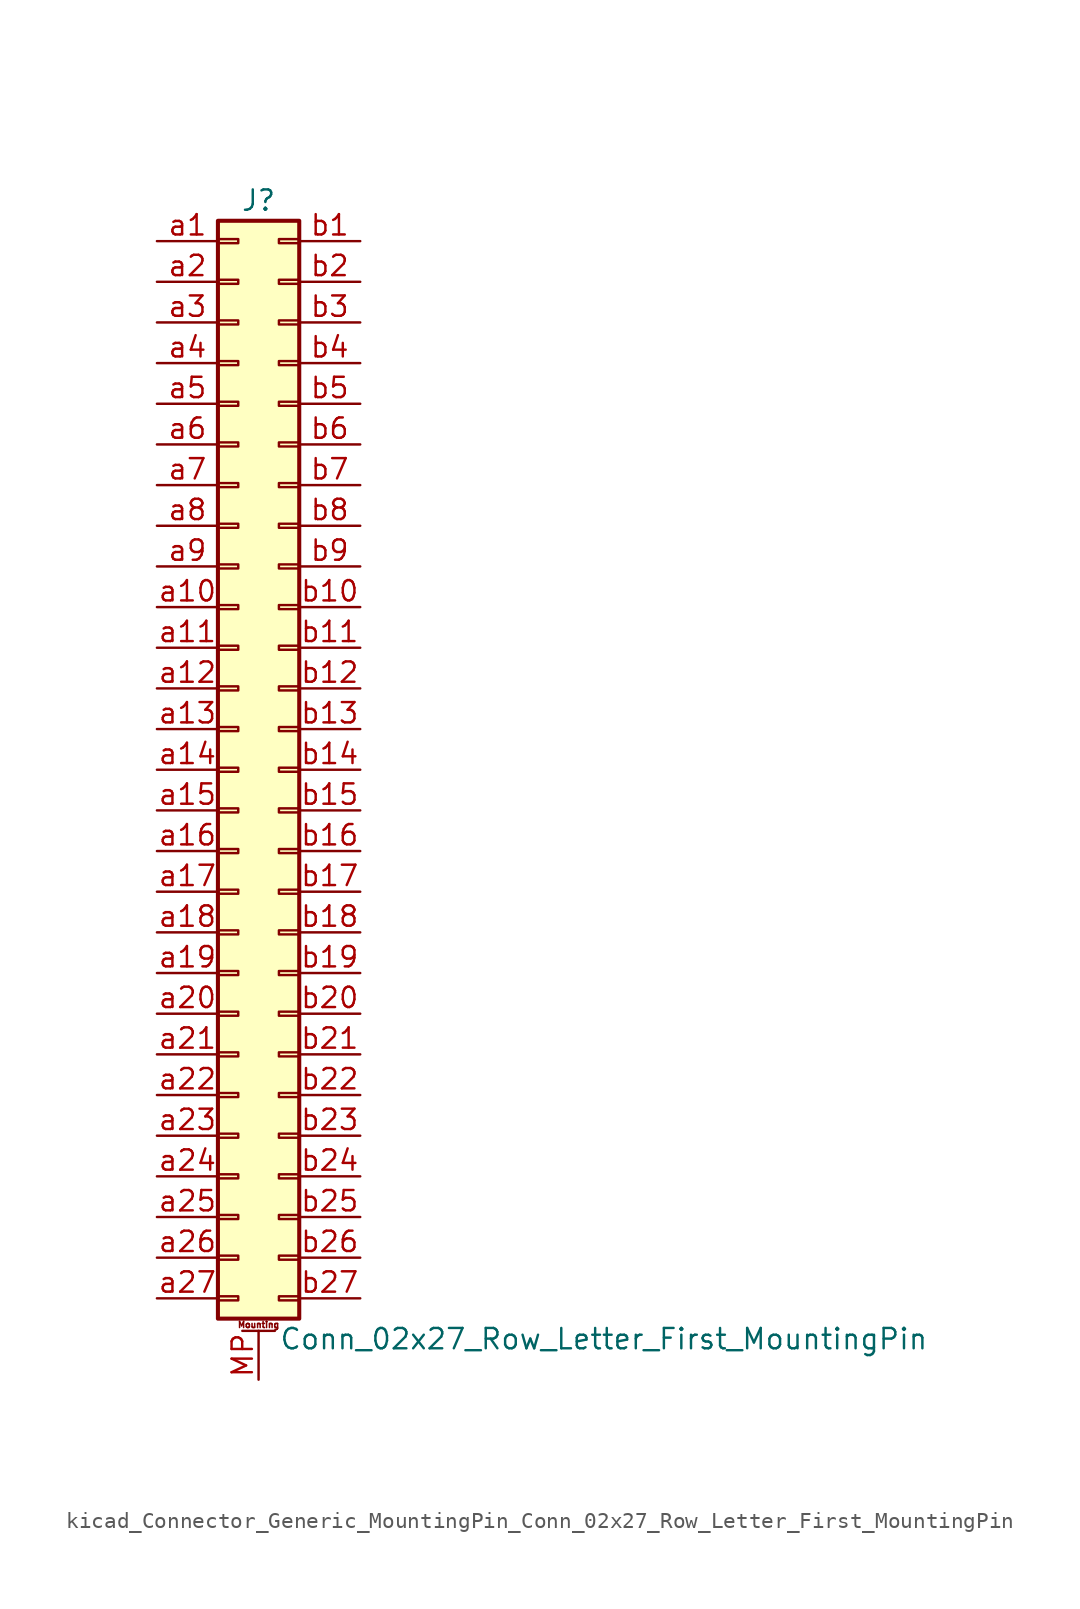
<source format=kicad_sym>
(kicad_symbol_lib
  (version 20220914)
  (generator kicad_symbol_editor)
  (symbol "kicad_Connector_Generic_MountingPin_Conn_02x27_Row_Letter_First_MountingPin"
    (pin_names
      (offset 1.016) hide)
    (property "Reference" "J"
      (at 1.27 35.56 0)
      (effects (font (size 1.27 1.27))))
    (property "Value" "Conn_02x27_Row_Letter_First_MountingPin"
      (at 2.54 -35.56 0)
      (effects (font (size 1.27 1.27)) (justify left)))
    (symbol "kicad_Connector_Generic_MountingPin_Conn_02x27_Row_Letter_First_MountingPin_1_1"
      (rectangle (start -1.27 -32.893) (end 0 -33.147) (stroke (width 0.152) (type default)) (fill (type none)))
      (rectangle (start -1.27 -30.353) (end 0 -30.607) (stroke (width 0.152) (type default)) (fill (type none)))
      (rectangle (start -1.27 -27.813) (end 0 -28.067) (stroke (width 0.152) (type default)) (fill (type none)))
      (rectangle (start -1.27 -25.273) (end 0 -25.527) (stroke (width 0.152) (type default)) (fill (type none)))
      (rectangle (start -1.27 -22.733) (end 0 -22.987) (stroke (width 0.152) (type default)) (fill (type none)))
      (rectangle (start -1.27 -20.193) (end 0 -20.447) (stroke (width 0.152) (type default)) (fill (type none)))
      (rectangle (start -1.27 -17.653) (end 0 -17.907) (stroke (width 0.152) (type default)) (fill (type none)))
      (rectangle (start -1.27 -15.113) (end 0 -15.367) (stroke (width 0.152) (type default)) (fill (type none)))
      (rectangle (start -1.27 -12.573) (end 0 -12.827) (stroke (width 0.152) (type default)) (fill (type none)))
      (rectangle (start -1.27 -10.033) (end 0 -10.287) (stroke (width 0.152) (type default)) (fill (type none)))
      (rectangle (start -1.27 -7.493) (end 0 -7.747) (stroke (width 0.152) (type default)) (fill (type none)))
      (rectangle (start -1.27 -4.953) (end 0 -5.207) (stroke (width 0.152) (type default)) (fill (type none)))
      (rectangle (start -1.27 -2.413) (end 0 -2.667) (stroke (width 0.152) (type default)) (fill (type none)))
      (rectangle (start -1.27 0.127) (end 0 -0.127) (stroke (width 0.152) (type default)) (fill (type none)))
      (rectangle (start -1.27 2.667) (end 0 2.413) (stroke (width 0.152) (type default)) (fill (type none)))
      (rectangle (start -1.27 5.207) (end 0 4.953) (stroke (width 0.152) (type default)) (fill (type none)))
      (rectangle (start -1.27 7.747) (end 0 7.493) (stroke (width 0.152) (type default)) (fill (type none)))
      (rectangle (start -1.27 10.287) (end 0 10.033) (stroke (width 0.152) (type default)) (fill (type none)))
      (rectangle (start -1.27 12.827) (end 0 12.573) (stroke (width 0.152) (type default)) (fill (type none)))
      (rectangle (start -1.27 15.367) (end 0 15.113) (stroke (width 0.152) (type default)) (fill (type none)))
      (rectangle (start -1.27 17.907) (end 0 17.653) (stroke (width 0.152) (type default)) (fill (type none)))
      (rectangle (start -1.27 20.447) (end 0 20.193) (stroke (width 0.152) (type default)) (fill (type none)))
      (rectangle (start -1.27 22.987) (end 0 22.733) (stroke (width 0.152) (type default)) (fill (type none)))
      (rectangle (start -1.27 25.527) (end 0 25.273) (stroke (width 0.152) (type default)) (fill (type none)))
      (rectangle (start -1.27 28.067) (end 0 27.813) (stroke (width 0.152) (type default)) (fill (type none)))
      (rectangle (start -1.27 30.607) (end 0 30.353) (stroke (width 0.152) (type default)) (fill (type none)))
      (rectangle (start -1.27 33.147) (end 0 32.893) (stroke (width 0.152) (type default)) (fill (type none)))
      (rectangle (start -1.27 34.29) (end 3.81 -34.29) (stroke (width 0.254) (type default)) (fill (type background)))
      (polyline (pts (xy 0.254 -35.052) (xy 2.286 -35.052)) (stroke (width 0.152) (type default)) (fill (type none)))
      (rectangle (start 3.81 -32.893) (end 2.54 -33.147) (stroke (width 0.152) (type default)) (fill (type none)))
      (rectangle (start 3.81 -30.353) (end 2.54 -30.607) (stroke (width 0.152) (type default)) (fill (type none)))
      (rectangle (start 3.81 -27.813) (end 2.54 -28.067) (stroke (width 0.152) (type default)) (fill (type none)))
      (rectangle (start 3.81 -25.273) (end 2.54 -25.527) (stroke (width 0.152) (type default)) (fill (type none)))
      (rectangle (start 3.81 -22.733) (end 2.54 -22.987) (stroke (width 0.152) (type default)) (fill (type none)))
      (rectangle (start 3.81 -20.193) (end 2.54 -20.447) (stroke (width 0.152) (type default)) (fill (type none)))
      (rectangle (start 3.81 -17.653) (end 2.54 -17.907) (stroke (width 0.152) (type default)) (fill (type none)))
      (rectangle (start 3.81 -15.113) (end 2.54 -15.367) (stroke (width 0.152) (type default)) (fill (type none)))
      (rectangle (start 3.81 -12.573) (end 2.54 -12.827) (stroke (width 0.152) (type default)) (fill (type none)))
      (rectangle (start 3.81 -10.033) (end 2.54 -10.287) (stroke (width 0.152) (type default)) (fill (type none)))
      (rectangle (start 3.81 -7.493) (end 2.54 -7.747) (stroke (width 0.152) (type default)) (fill (type none)))
      (rectangle (start 3.81 -4.953) (end 2.54 -5.207) (stroke (width 0.152) (type default)) (fill (type none)))
      (rectangle (start 3.81 -2.413) (end 2.54 -2.667) (stroke (width 0.152) (type default)) (fill (type none)))
      (rectangle (start 3.81 0.127) (end 2.54 -0.127) (stroke (width 0.152) (type default)) (fill (type none)))
      (rectangle (start 3.81 2.667) (end 2.54 2.413) (stroke (width 0.152) (type default)) (fill (type none)))
      (rectangle (start 3.81 5.207) (end 2.54 4.953) (stroke (width 0.152) (type default)) (fill (type none)))
      (rectangle (start 3.81 7.747) (end 2.54 7.493) (stroke (width 0.152) (type default)) (fill (type none)))
      (rectangle (start 3.81 10.287) (end 2.54 10.033) (stroke (width 0.152) (type default)) (fill (type none)))
      (rectangle (start 3.81 12.827) (end 2.54 12.573) (stroke (width 0.152) (type default)) (fill (type none)))
      (rectangle (start 3.81 15.367) (end 2.54 15.113) (stroke (width 0.152) (type default)) (fill (type none)))
      (rectangle (start 3.81 17.907) (end 2.54 17.653) (stroke (width 0.152) (type default)) (fill (type none)))
      (rectangle (start 3.81 20.447) (end 2.54 20.193) (stroke (width 0.152) (type default)) (fill (type none)))
      (rectangle (start 3.81 22.987) (end 2.54 22.733) (stroke (width 0.152) (type default)) (fill (type none)))
      (rectangle (start 3.81 25.527) (end 2.54 25.273) (stroke (width 0.152) (type default)) (fill (type none)))
      (rectangle (start 3.81 28.067) (end 2.54 27.813) (stroke (width 0.152) (type default)) (fill (type none)))
      (rectangle (start 3.81 30.607) (end 2.54 30.353) (stroke (width 0.152) (type default)) (fill (type none)))
      (rectangle (start 3.81 33.147) (end 2.54 32.893) (stroke (width 0.152) (type default)) (fill (type none)))
      (text "Mounting" (at 1.27 -34.671 0) (effects (font (size 0.381 0.381))))
      (pin passive line (at 1.27 -38.1 90) (length 3.048) (name "MountPin" (effects (font (size 1.27 1.27)))) (number "MP" (effects (font (size 1.27 1.27)))))
      (pin passive line (at -5.08 33.02 0) (length 3.81) (name "Pin_a1" (effects (font (size 1.27 1.27)))) (number "a1" (effects (font (size 1.27 1.27)))))
      (pin passive line (at -5.08 10.16 0) (length 3.81) (name "Pin_a10" (effects (font (size 1.27 1.27)))) (number "a10" (effects (font (size 1.27 1.27)))))
      (pin passive line (at -5.08 7.62 0) (length 3.81) (name "Pin_a11" (effects (font (size 1.27 1.27)))) (number "a11" (effects (font (size 1.27 1.27)))))
      (pin passive line (at -5.08 5.08 0) (length 3.81) (name "Pin_a12" (effects (font (size 1.27 1.27)))) (number "a12" (effects (font (size 1.27 1.27)))))
      (pin passive line (at -5.08 2.54 0) (length 3.81) (name "Pin_a13" (effects (font (size 1.27 1.27)))) (number "a13" (effects (font (size 1.27 1.27)))))
      (pin passive line (at -5.08 0 0) (length 3.81) (name "Pin_a14" (effects (font (size 1.27 1.27)))) (number "a14" (effects (font (size 1.27 1.27)))))
      (pin passive line (at -5.08 -2.54 0) (length 3.81) (name "Pin_a15" (effects (font (size 1.27 1.27)))) (number "a15" (effects (font (size 1.27 1.27)))))
      (pin passive line (at -5.08 -5.08 0) (length 3.81) (name "Pin_a16" (effects (font (size 1.27 1.27)))) (number "a16" (effects (font (size 1.27 1.27)))))
      (pin passive line (at -5.08 -7.62 0) (length 3.81) (name "Pin_a17" (effects (font (size 1.27 1.27)))) (number "a17" (effects (font (size 1.27 1.27)))))
      (pin passive line (at -5.08 -10.16 0) (length 3.81) (name "Pin_a18" (effects (font (size 1.27 1.27)))) (number "a18" (effects (font (size 1.27 1.27)))))
      (pin passive line (at -5.08 -12.7 0) (length 3.81) (name "Pin_a19" (effects (font (size 1.27 1.27)))) (number "a19" (effects (font (size 1.27 1.27)))))
      (pin passive line (at -5.08 30.48 0) (length 3.81) (name "Pin_a2" (effects (font (size 1.27 1.27)))) (number "a2" (effects (font (size 1.27 1.27)))))
      (pin passive line (at -5.08 -15.24 0) (length 3.81) (name "Pin_a20" (effects (font (size 1.27 1.27)))) (number "a20" (effects (font (size 1.27 1.27)))))
      (pin passive line (at -5.08 -17.78 0) (length 3.81) (name "Pin_a21" (effects (font (size 1.27 1.27)))) (number "a21" (effects (font (size 1.27 1.27)))))
      (pin passive line (at -5.08 -20.32 0) (length 3.81) (name "Pin_a22" (effects (font (size 1.27 1.27)))) (number "a22" (effects (font (size 1.27 1.27)))))
      (pin passive line (at -5.08 -22.86 0) (length 3.81) (name "Pin_a23" (effects (font (size 1.27 1.27)))) (number "a23" (effects (font (size 1.27 1.27)))))
      (pin passive line (at -5.08 -25.4 0) (length 3.81) (name "Pin_a24" (effects (font (size 1.27 1.27)))) (number "a24" (effects (font (size 1.27 1.27)))))
      (pin passive line (at -5.08 -27.94 0) (length 3.81) (name "Pin_a25" (effects (font (size 1.27 1.27)))) (number "a25" (effects (font (size 1.27 1.27)))))
      (pin passive line (at -5.08 -30.48 0) (length 3.81) (name "Pin_a26" (effects (font (size 1.27 1.27)))) (number "a26" (effects (font (size 1.27 1.27)))))
      (pin passive line (at -5.08 -33.02 0) (length 3.81) (name "Pin_a27" (effects (font (size 1.27 1.27)))) (number "a27" (effects (font (size 1.27 1.27)))))
      (pin passive line (at -5.08 27.94 0) (length 3.81) (name "Pin_a3" (effects (font (size 1.27 1.27)))) (number "a3" (effects (font (size 1.27 1.27)))))
      (pin passive line (at -5.08 25.4 0) (length 3.81) (name "Pin_a4" (effects (font (size 1.27 1.27)))) (number "a4" (effects (font (size 1.27 1.27)))))
      (pin passive line (at -5.08 22.86 0) (length 3.81) (name "Pin_a5" (effects (font (size 1.27 1.27)))) (number "a5" (effects (font (size 1.27 1.27)))))
      (pin passive line (at -5.08 20.32 0) (length 3.81) (name "Pin_a6" (effects (font (size 1.27 1.27)))) (number "a6" (effects (font (size 1.27 1.27)))))
      (pin passive line (at -5.08 17.78 0) (length 3.81) (name "Pin_a7" (effects (font (size 1.27 1.27)))) (number "a7" (effects (font (size 1.27 1.27)))))
      (pin passive line (at -5.08 15.24 0) (length 3.81) (name "Pin_a8" (effects (font (size 1.27 1.27)))) (number "a8" (effects (font (size 1.27 1.27)))))
      (pin passive line (at -5.08 12.7 0) (length 3.81) (name "Pin_a9" (effects (font (size 1.27 1.27)))) (number "a9" (effects (font (size 1.27 1.27)))))
      (pin passive line (at 7.62 33.02 180) (length 3.81) (name "Pin_b1" (effects (font (size 1.27 1.27)))) (number "b1" (effects (font (size 1.27 1.27)))))
      (pin passive line (at 7.62 10.16 180) (length 3.81) (name "Pin_b10" (effects (font (size 1.27 1.27)))) (number "b10" (effects (font (size 1.27 1.27)))))
      (pin passive line (at 7.62 7.62 180) (length 3.81) (name "Pin_b11" (effects (font (size 1.27 1.27)))) (number "b11" (effects (font (size 1.27 1.27)))))
      (pin passive line (at 7.62 5.08 180) (length 3.81) (name "Pin_b12" (effects (font (size 1.27 1.27)))) (number "b12" (effects (font (size 1.27 1.27)))))
      (pin passive line (at 7.62 2.54 180) (length 3.81) (name "Pin_b13" (effects (font (size 1.27 1.27)))) (number "b13" (effects (font (size 1.27 1.27)))))
      (pin passive line (at 7.62 0 180) (length 3.81) (name "Pin_b14" (effects (font (size 1.27 1.27)))) (number "b14" (effects (font (size 1.27 1.27)))))
      (pin passive line (at 7.62 -2.54 180) (length 3.81) (name "Pin_b15" (effects (font (size 1.27 1.27)))) (number "b15" (effects (font (size 1.27 1.27)))))
      (pin passive line (at 7.62 -5.08 180) (length 3.81) (name "Pin_b16" (effects (font (size 1.27 1.27)))) (number "b16" (effects (font (size 1.27 1.27)))))
      (pin passive line (at 7.62 -7.62 180) (length 3.81) (name "Pin_b17" (effects (font (size 1.27 1.27)))) (number "b17" (effects (font (size 1.27 1.27)))))
      (pin passive line (at 7.62 -10.16 180) (length 3.81) (name "Pin_b18" (effects (font (size 1.27 1.27)))) (number "b18" (effects (font (size 1.27 1.27)))))
      (pin passive line (at 7.62 -12.7 180) (length 3.81) (name "Pin_b19" (effects (font (size 1.27 1.27)))) (number "b19" (effects (font (size 1.27 1.27)))))
      (pin passive line (at 7.62 30.48 180) (length 3.81) (name "Pin_b2" (effects (font (size 1.27 1.27)))) (number "b2" (effects (font (size 1.27 1.27)))))
      (pin passive line (at 7.62 -15.24 180) (length 3.81) (name "Pin_b20" (effects (font (size 1.27 1.27)))) (number "b20" (effects (font (size 1.27 1.27)))))
      (pin passive line (at 7.62 -17.78 180) (length 3.81) (name "Pin_b21" (effects (font (size 1.27 1.27)))) (number "b21" (effects (font (size 1.27 1.27)))))
      (pin passive line (at 7.62 -20.32 180) (length 3.81) (name "Pin_b22" (effects (font (size 1.27 1.27)))) (number "b22" (effects (font (size 1.27 1.27)))))
      (pin passive line (at 7.62 -22.86 180) (length 3.81) (name "Pin_b23" (effects (font (size 1.27 1.27)))) (number "b23" (effects (font (size 1.27 1.27)))))
      (pin passive line (at 7.62 -25.4 180) (length 3.81) (name "Pin_b24" (effects (font (size 1.27 1.27)))) (number "b24" (effects (font (size 1.27 1.27)))))
      (pin passive line (at 7.62 -27.94 180) (length 3.81) (name "Pin_b25" (effects (font (size 1.27 1.27)))) (number "b25" (effects (font (size 1.27 1.27)))))
      (pin passive line (at 7.62 -30.48 180) (length 3.81) (name "Pin_b26" (effects (font (size 1.27 1.27)))) (number "b26" (effects (font (size 1.27 1.27)))))
      (pin passive line (at 7.62 -33.02 180) (length 3.81) (name "Pin_b27" (effects (font (size 1.27 1.27)))) (number "b27" (effects (font (size 1.27 1.27)))))
      (pin passive line (at 7.62 27.94 180) (length 3.81) (name "Pin_b3" (effects (font (size 1.27 1.27)))) (number "b3" (effects (font (size 1.27 1.27)))))
      (pin passive line (at 7.62 25.4 180) (length 3.81) (name "Pin_b4" (effects (font (size 1.27 1.27)))) (number "b4" (effects (font (size 1.27 1.27)))))
      (pin passive line (at 7.62 22.86 180) (length 3.81) (name "Pin_b5" (effects (font (size 1.27 1.27)))) (number "b5" (effects (font (size 1.27 1.27)))))
      (pin passive line (at 7.62 20.32 180) (length 3.81) (name "Pin_b6" (effects (font (size 1.27 1.27)))) (number "b6" (effects (font (size 1.27 1.27)))))
      (pin passive line (at 7.62 17.78 180) (length 3.81) (name "Pin_b7" (effects (font (size 1.27 1.27)))) (number "b7" (effects (font (size 1.27 1.27)))))
      (pin passive line (at 7.62 15.24 180) (length 3.81) (name "Pin_b8" (effects (font (size 1.27 1.27)))) (number "b8" (effects (font (size 1.27 1.27)))))
      (pin passive line (at 7.62 12.7 180) (length 3.81) (name "Pin_b9" (effects (font (size 1.27 1.27)))) (number "b9" (effects (font (size 1.27 1.27))))))))
</source>
